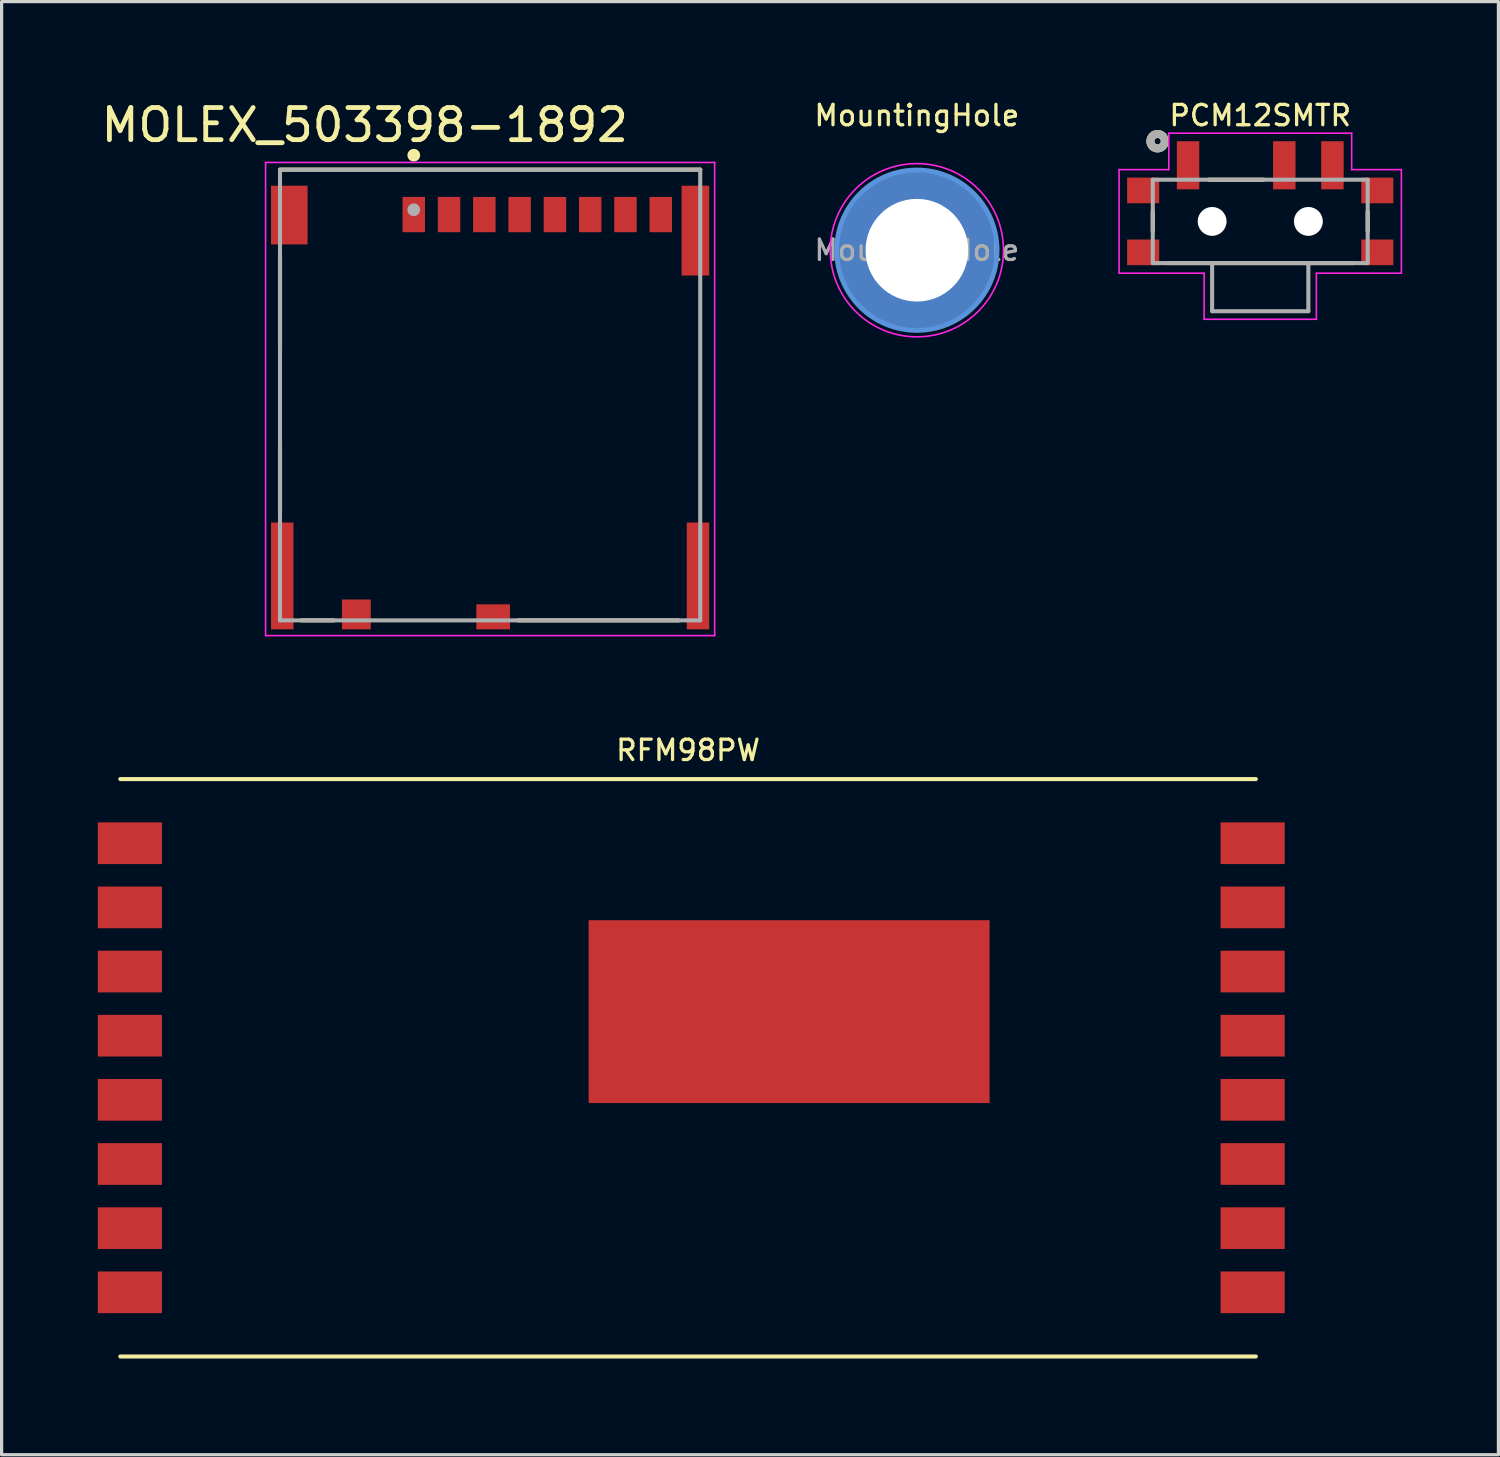
<source format=kicad_pcb>
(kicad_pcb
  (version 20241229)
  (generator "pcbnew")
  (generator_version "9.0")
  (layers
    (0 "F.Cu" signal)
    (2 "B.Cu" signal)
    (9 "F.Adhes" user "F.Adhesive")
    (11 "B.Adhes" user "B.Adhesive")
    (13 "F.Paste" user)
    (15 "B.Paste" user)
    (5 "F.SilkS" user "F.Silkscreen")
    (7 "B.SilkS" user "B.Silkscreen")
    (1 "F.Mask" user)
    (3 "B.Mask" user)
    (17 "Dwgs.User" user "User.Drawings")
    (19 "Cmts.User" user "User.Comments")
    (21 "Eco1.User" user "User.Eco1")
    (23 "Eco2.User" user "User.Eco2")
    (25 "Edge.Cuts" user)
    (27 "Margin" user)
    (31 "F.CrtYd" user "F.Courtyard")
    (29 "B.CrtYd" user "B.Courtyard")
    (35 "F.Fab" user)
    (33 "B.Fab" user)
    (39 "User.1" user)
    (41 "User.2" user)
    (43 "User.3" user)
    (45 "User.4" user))
  (footprint "MOLEX_503398-1892"
    (layer "F.Cu")
    (at 12.229 9.264)
    (property "Reference" "MOLEX_503398-1892" (at -3.908 -8.416 0) (layer "F.SilkS") (effects (font (size 1.001 1.001) (thickness 0.15))))
    (attr through_hole)
    (fp_line (start -6.55 -7.025) (end 6.55 -7.025) (stroke (width 0.127) (type solid)) (layer "F.SilkS"))
    (fp_line (start -6.55 -4.325) (end -6.55 -1.425) (stroke (width 0.127) (type solid)) (layer "F.SilkS"))
    (fp_line (start -6.55 1.575) (end -6.55 3.675) (stroke (width 0.127) (type solid)) (layer "F.SilkS"))
    (fp_line (start -5.876 7.025) (end -4.874 7.025) (stroke (width 0.127) (type solid)) (layer "F.SilkS"))
    (fp_line (start 0.874 7.025) (end 5.876 7.025) (stroke (width 0.127) (type solid)) (layer "F.SilkS"))
    (fp_circle (center -2.38 -7.475) (end -2.28 -7.475) (stroke (width 0.2) (type solid)) (fill no) (layer "F.SilkS"))
    (fp_line (start -7 -7.25) (end 7 -7.25) (stroke (width 0.05) (type solid)) (layer "F.CrtYd"))
    (fp_line (start -7 7.5) (end -7 -7.25) (stroke (width 0.05) (type solid)) (layer "F.CrtYd"))
    (fp_line (start 7 -7.25) (end 7 7.5) (stroke (width 0.05) (type solid)) (layer "F.CrtYd"))
    (fp_line (start 7 7.5) (end -7 7.5) (stroke (width 0.05) (type solid)) (layer "F.CrtYd"))
    (fp_line (start -6.55 -7.025) (end 6.55 -7.025) (stroke (width 0.127) (type solid)) (layer "F.Fab"))
    (fp_line (start -6.55 7.025) (end -6.55 -7.025) (stroke (width 0.127) (type solid)) (layer "F.Fab"))
    (fp_line (start 6.55 -7.025) (end 6.55 7.025) (stroke (width 0.127) (type solid)) (layer "F.Fab"))
    (fp_line (start 6.55 7.025) (end -6.55 7.025) (stroke (width 0.127) (type solid)) (layer "F.Fab"))
    (fp_circle (center -2.38 -5.775) (end -2.28 -5.775) (stroke (width 0.2) (type solid)) (fill no) (layer "F.Fab"))
    (pad "1" smd rect (at -2.38 -5.625) (size 0.7 1.1) (layers "F.Cu" "F.Mask" "F.Paste"))
    (pad "2" smd rect (at -1.28 -5.625) (size 0.7 1.1) (layers "F.Cu" "F.Mask" "F.Paste"))
    (pad "3" smd rect (at -0.18 -5.625) (size 0.7 1.1) (layers "F.Cu" "F.Mask" "F.Paste"))
    (pad "4" smd rect (at 0.92 -5.625) (size 0.7 1.1) (layers "F.Cu" "F.Mask" "F.Paste"))
    (pad "5" smd rect (at 2.02 -5.625) (size 0.7 1.1) (layers "F.Cu" "F.Mask" "F.Paste"))
    (pad "6" smd rect (at 3.12 -5.625) (size 0.7 1.1) (layers "F.Cu" "F.Mask" "F.Paste"))
    (pad "7" smd rect (at 4.22 -5.625) (size 0.7 1.1) (layers "F.Cu" "F.Mask" "F.Paste"))
    (pad "8" smd rect (at 5.32 -5.625) (size 0.7 1.1) (layers "F.Cu" "F.Mask" "F.Paste"))
    (pad "9" smd rect (at -4.17 6.84) (size 0.9 0.93) (layers "F.Cu" "F.Mask" "F.Paste"))
    (pad "10" smd rect (at 0.095 6.915) (size 1.05 0.78) (layers "F.Cu" "F.Mask" "F.Paste"))
    (pad "P1" smd rect (at -6.26 -5.61) (size 1.14 1.83) (layers "F.Cu" "F.Mask" "F.Paste"))
    (pad "P2" smd rect (at 6.4 -5.125) (size 0.86 2.8) (layers "F.Cu" "F.Mask" "F.Paste"))
    (pad "P3" smd rect (at -6.48 5.64) (size 0.7 3.33) (layers "F.Cu" "F.Mask" "F.Paste"))
    (pad "P4" smd rect (at 6.48 5.64) (size 0.7 3.33) (layers "F.Cu" "F.Mask" "F.Paste"))
    (zone (net_name "") (layer "F.Cu") (hatch full 0.508) (connect_pads) (min_thickness 0.01) (filled_areas_thickness no) (keepout (tracks not_allowed) (vias not_allowed) (pads not_allowed) (copperpour not_allowed) (footprints allowed)) (placement (enabled no)) (fill) (polygon (pts (xy 5.392 8.139) (xy 6.099 8.139) (xy 6.099 10.541) (xy 5.392 10.541))))
    (zone (net_name "") (layer "F.Cu") (hatch full 0.508) (connect_pads) (min_thickness 0.01) (filled_areas_thickness no) (keepout (tracks not_allowed) (vias not_allowed) (pads not_allowed) (copperpour not_allowed) (footprints allowed)) (placement (enabled no)) (fill) (polygon (pts (xy 6.983 13.839) (xy 7.544 13.839) (xy 7.544 16.003) (xy 6.983 16.003))))
    (zone (net_name "") (layer "F.Cu") (hatch full 0.508) (connect_pads) (min_thickness 0.01) (filled_areas_thickness no) (keepout (tracks not_allowed) (vias not_allowed) (pads not_allowed) (copperpour not_allowed) (footprints allowed)) (placement (enabled no)) (fill) (polygon (pts (xy 9.006 15.639) (xy 9.559 15.639) (xy 9.559 16.195) (xy 9.006 16.195))))
    (zone (net_name "") (layer "F.Cu") (hatch full 0.508) (connect_pads) (min_thickness 0.0001) (filled_areas_thickness no) (keepout (tracks not_allowed) (vias not_allowed) (pads not_allowed) (copperpour not_allowed) (footprints allowed)) (placement (enabled no)) (fill) (polygon (pts (xy 9.059 5.539) (xy 9.059 10.539) (xy 8.409 10.539) (xy 8.409 13.139) (xy 12.799 13.139) (xy 12.799 14.389) (xy 10.499 14.389) (xy 10.499 16.569) (xy 11.799 16.569) (xy 11.799 15.789) (xy 18.359 15.789) (xy 18.359 13.239) (xy 19.059 13.239) (xy 19.059 5.539))))
    (zone (net_name "") (layers "F.Cu" "B.Cu") (hatch full 0.508) (connect_pads) (min_thickness 0.01) (filled_areas_thickness no) (keepout (tracks allowed) (vias not_allowed) (pads allowed) (copperpour allowed) (footprints allowed)) (placement (enabled no)) (fill) (polygon (pts (xy 5.387 8.139) (xy 6.099 8.139) (xy 6.099 10.542) (xy 5.387 10.542))))
    (zone (net_name "") (layers "F.Cu" "B.Cu") (hatch full 0.508) (connect_pads) (min_thickness 0.01) (filled_areas_thickness no) (keepout (tracks allowed) (vias not_allowed) (pads allowed) (copperpour allowed) (footprints allowed)) (placement (enabled no)) (fill) (polygon (pts (xy 6.99 13.839) (xy 7.544 13.839) (xy 7.544 15.994) (xy 6.99 15.994))))
    (zone (net_name "") (layers "F.Cu" "B.Cu") (hatch full 0.508) (connect_pads) (min_thickness 0.01) (filled_areas_thickness no) (keepout (tracks allowed) (vias not_allowed) (pads allowed) (copperpour allowed) (footprints allowed)) (placement (enabled no)) (fill) (polygon (pts (xy 9.003 15.639) (xy 9.559 15.639) (xy 9.559 16.201) (xy 9.003 16.201))))
    (zone (net_name "") (layers "F.Cu" "B.Cu") (hatch full 0.508) (connect_pads) (min_thickness 0.0001) (filled_areas_thickness no) (keepout (tracks allowed) (vias not_allowed) (pads allowed) (copperpour allowed) (footprints allowed)) (placement (enabled no)) (fill) (polygon (pts (xy 9.059 5.539) (xy 9.059 10.539) (xy 8.409 10.539) (xy 8.409 13.139) (xy 12.799 13.139) (xy 12.799 14.389) (xy 10.499 14.389) (xy 10.499 16.569) (xy 11.799 16.569) (xy 11.799 15.789) (xy 18.359 15.789) (xy 18.359 13.239) (xy 19.059 13.239) (xy 19.059 5.539)))))
  (footprint "MountingHole"
    (layer "F.Cu")
    (at 25.533 4.75)
    (property "Reference" "MountingHole" (at 0 -4.2 0) (layer "F.SilkS") (effects (font (size 0.635 0.635) (thickness 0.102))))
    (attr exclude_from_pos_files exclude_from_bom)
    (fp_circle (center 0 0) (end 2.5 0) (stroke (width 0.15) (type solid)) (fill no) (layer "Cmts.User"))
    (fp_circle (center 0 0) (end 2.7 0) (stroke (width 0.05) (type solid)) (fill no) (layer "F.CrtYd"))
    (fp_text user "${REFERENCE}" (at 0 0 0) (layer "F.Fab") (effects (font (size 0.635 0.635) (thickness 0.102))))
    (pad "1" thru_hole circle (at 0 0) (size 5 5) (drill 3.2) (layers "*.Cu" "*.Mask")))
  (footprint "PCM12SMTR"
    (layer "F.Cu")
    (at 36.237 3.852)
    (property "Reference" "PCM12SMTR" (at 0 -3.302 0) (layer "F.SilkS") (effects (font (size 0.635 0.635) (thickness 0.102))))
    (attr through_hole)
    (fp_line (start -3.35 0.3) (end -3.35 -0.3) (stroke (width 0.127) (type solid)) (layer "F.SilkS"))
    (fp_line (start -2.9 1.3) (end 2.9 1.3) (stroke (width 0.127) (type solid)) (layer "F.SilkS"))
    (fp_line (start -1.6 -1.3) (end 0.1 -1.3) (stroke (width 0.127) (type solid)) (layer "F.SilkS"))
    (fp_line (start 3.35 -0.3) (end 3.35 0.3) (stroke (width 0.127) (type solid)) (layer "F.SilkS"))
    (fp_circle (center -3.2 -2.5) (end -3.1 -2.5) (stroke (width 0.25) (type solid)) (fill no) (layer "F.SilkS"))
    (fp_line (start -4.4 -1.615) (end -2.85 -1.615) (stroke (width 0.05) (type solid)) (layer "F.CrtYd"))
    (fp_line (start -4.4 1.615) (end -4.4 -1.615) (stroke (width 0.05) (type solid)) (layer "F.CrtYd"))
    (fp_line (start -2.85 -2.75) (end 2.85 -2.75) (stroke (width 0.05) (type solid)) (layer "F.CrtYd"))
    (fp_line (start -2.85 -1.615) (end -2.85 -2.75) (stroke (width 0.05) (type solid)) (layer "F.CrtYd"))
    (fp_line (start -1.75 1.615) (end -4.4 1.615) (stroke (width 0.05) (type solid)) (layer "F.CrtYd"))
    (fp_line (start -1.75 3.05) (end -1.75 1.615) (stroke (width 0.05) (type solid)) (layer "F.CrtYd"))
    (fp_line (start 1.75 1.615) (end 1.75 3.05) (stroke (width 0.05) (type solid)) (layer "F.CrtYd"))
    (fp_line (start 1.75 3.05) (end -1.75 3.05) (stroke (width 0.05) (type solid)) (layer "F.CrtYd"))
    (fp_line (start 2.85 -2.75) (end 2.85 -1.615) (stroke (width 0.05) (type solid)) (layer "F.CrtYd"))
    (fp_line (start 2.85 -1.615) (end 4.4 -1.615) (stroke (width 0.05) (type solid)) (layer "F.CrtYd"))
    (fp_line (start 4.4 -1.615) (end 4.4 1.615) (stroke (width 0.05) (type solid)) (layer "F.CrtYd"))
    (fp_line (start 4.4 1.615) (end 1.75 1.615) (stroke (width 0.05) (type solid)) (layer "F.CrtYd"))
    (fp_line (start -3.35 -1.3) (end 3.35 -1.3) (stroke (width 0.127) (type solid)) (layer "F.Fab"))
    (fp_line (start -3.35 1.3) (end -3.35 -1.3) (stroke (width 0.127) (type solid)) (layer "F.Fab"))
    (fp_line (start -1.5 1.3) (end -3.35 1.3) (stroke (width 0.127) (type solid)) (layer "F.Fab"))
    (fp_line (start -1.5 1.3) (end -1.5 2.8) (stroke (width 0.127) (type solid)) (layer "F.Fab"))
    (fp_line (start -1.5 2.8) (end 1.5 2.8) (stroke (width 0.127) (type solid)) (layer "F.Fab"))
    (fp_line (start 1.5 1.3) (end -1.5 1.3) (stroke (width 0.127) (type solid)) (layer "F.Fab"))
    (fp_line (start 1.5 2.8) (end 1.5 1.3) (stroke (width 0.127) (type solid)) (layer "F.Fab"))
    (fp_line (start 3.35 -1.3) (end 3.35 1.3) (stroke (width 0.127) (type solid)) (layer "F.Fab"))
    (fp_line (start 3.35 1.3) (end 1.5 1.3) (stroke (width 0.127) (type solid)) (layer "F.Fab"))
    (fp_circle (center -3.2 -2.5) (end -3.1 -2.5) (stroke (width 0.25) (type solid)) (fill no) (layer "F.Fab"))
    (pad "" np_thru_hole circle (at -1.5 0) (size 0.9 0.9) (drill 0.9) (layers "*.Cu" "*.Mask"))
    (pad "" np_thru_hole circle (at 1.5 0) (size 0.9 0.9) (drill 0.9) (layers "*.Cu" "*.Mask"))
    (pad "1" smd rect (at -2.25 -1.75) (size 0.7 1.5) (layers "F.Cu" "F.Mask" "F.Paste"))
    (pad "2" smd rect (at 0.75 -1.75) (size 0.7 1.5) (layers "F.Cu" "F.Mask" "F.Paste"))
    (pad "3" smd rect (at 2.25 -1.75) (size 0.7 1.5) (layers "F.Cu" "F.Mask" "F.Paste"))
    (pad "S1" smd rect (at -3.65 -0.965) (size 1 0.8) (layers "F.Cu" "F.Mask" "F.Paste"))
    (pad "S2" smd rect (at -3.65 0.965) (size 1 0.8) (layers "F.Cu" "F.Mask" "F.Paste"))
    (pad "S3" smd rect (at 3.65 0.965) (size 1 0.8) (layers "F.Cu" "F.Mask" "F.Paste"))
    (pad "S4" smd rect (at 3.65 -0.965) (size 1 0.8) (layers "F.Cu" "F.Mask" "F.Paste")))
  (footprint "RFM98PW"
    (layer "F.Cu")
    (at 18.4 29.737)
    (property "Reference" "RFM98PW" (at 0 -9.398 0) (layer "F.SilkS") (effects (font (size 0.635 0.635) (thickness 0.102))))
    (attr smd)
    (fp_line (start -17.7 -8.5) (end 17.7 -8.5) (stroke (width 0.127) (type solid)) (layer "F.SilkS"))
    (fp_line (start -17.7 9.5) (end 17.7 9.5) (stroke (width 0.127) (type solid)) (layer "F.SilkS"))
    (fp_poly (pts (xy 0.076 -1.504) (xy -2.4 -1.504) (xy -2.4 -3.6) (xy 0.076 -3.6)) (stroke (width 0.1) (type solid)) (fill yes) (layer "F.Paste"))
    (fp_poly (pts (xy 0.076 0.908) (xy -2.4 0.908) (xy -2.4 -1.187) (xy 0.076 -1.187)) (stroke (width 0.1) (type solid)) (fill yes) (layer "F.Paste"))
    (fp_poly (pts (xy 2.976 -1.504) (xy 0.5 -1.504) (xy 0.5 -3.6) (xy 2.976 -3.6)) (stroke (width 0.1) (type solid)) (fill yes) (layer "F.Paste"))
    (fp_poly (pts (xy 2.976 0.895) (xy 0.5 0.895) (xy 0.5 -1.2) (xy 2.976 -1.2)) (stroke (width 0.1) (type solid)) (fill yes) (layer "F.Paste"))
    (fp_poly (pts (xy 5.877 -1.504) (xy 3.4 -1.504) (xy 3.4 -3.6) (xy 5.877 -3.6)) (stroke (width 0.1) (type solid)) (fill yes) (layer "F.Paste"))
    (fp_poly (pts (xy 5.877 0.895) (xy 3.4 0.895) (xy 3.4 -1.2) (xy 5.877 -1.2)) (stroke (width 0.1) (type solid)) (fill yes) (layer "F.Paste"))
    (fp_poly (pts (xy 8.753 -1.504) (xy 6.277 -1.504) (xy 6.277 -3.6) (xy 8.753 -3.6)) (stroke (width 0.1) (type solid)) (fill yes) (layer "F.Paste"))
    (fp_poly (pts (xy 8.753 0.908) (xy 6.277 0.908) (xy 6.277 -1.187) (xy 8.753 -1.187)) (stroke (width 0.1) (type solid)) (fill yes) (layer "F.Paste"))
    (pad "1" smd rect (at 17.6 7.5) (size 2 1.3) (layers "F.Cu" "F.Mask" "F.Paste"))
    (pad "2" smd rect (at 17.6 5.5) (size 2 1.3) (layers "F.Cu" "F.Mask" "F.Paste"))
    (pad "3" smd rect (at 17.6 3.5) (size 2 1.3) (layers "F.Cu" "F.Mask" "F.Paste"))
    (pad "4" smd rect (at 17.6 1.5) (size 2 1.3) (layers "F.Cu" "F.Mask" "F.Paste"))
    (pad "5" smd rect (at 17.6 -0.5) (size 2 1.3) (layers "F.Cu" "F.Mask" "F.Paste"))
    (pad "6" smd rect (at 17.6 -2.5) (size 2 1.3) (layers "F.Cu" "F.Mask" "F.Paste"))
    (pad "7" smd rect (at 17.6 -4.5) (size 2 1.3) (layers "F.Cu" "F.Mask" "F.Paste"))
    (pad "8" smd rect (at 17.6 -6.5) (size 2 1.3) (layers "F.Cu" "F.Mask" "F.Paste"))
    (pad "9" smd rect (at -17.4 -6.5) (size 2 1.3) (layers "F.Cu" "F.Mask" "F.Paste"))
    (pad "10" smd rect (at -17.4 -4.5) (size 2 1.3) (layers "F.Cu" "F.Mask" "F.Paste"))
    (pad "11" smd rect (at -17.4 -2.5) (size 2 1.3) (layers "F.Cu" "F.Mask" "F.Paste"))
    (pad "12" smd rect (at -17.4 -0.5) (size 2 1.3) (layers "F.Cu" "F.Mask" "F.Paste"))
    (pad "13" smd rect (at -17.4 1.5) (size 2 1.3) (layers "F.Cu" "F.Mask" "F.Paste"))
    (pad "14" smd rect (at -17.4 3.5) (size 2 1.3) (layers "F.Cu" "F.Mask" "F.Paste"))
    (pad "15" smd rect (at -17.4 5.5) (size 2 1.3) (layers "F.Cu" "F.Mask" "F.Paste"))
    (pad "16" smd rect (at -17.4 7.5) (size 2 1.3) (layers "F.Cu" "F.Mask" "F.Paste"))
    (pad "17" smd rect (at 3.15 -1.25) (size 12.5 5.7) (layers "F.Cu" "F.Mask")))
  (gr_rect
    (start -3 -3)
    (end 43.662 42.301)
    (stroke (width 0.1) (type default))
    (fill no)
    (layer "Edge.Cuts")))
</source>
